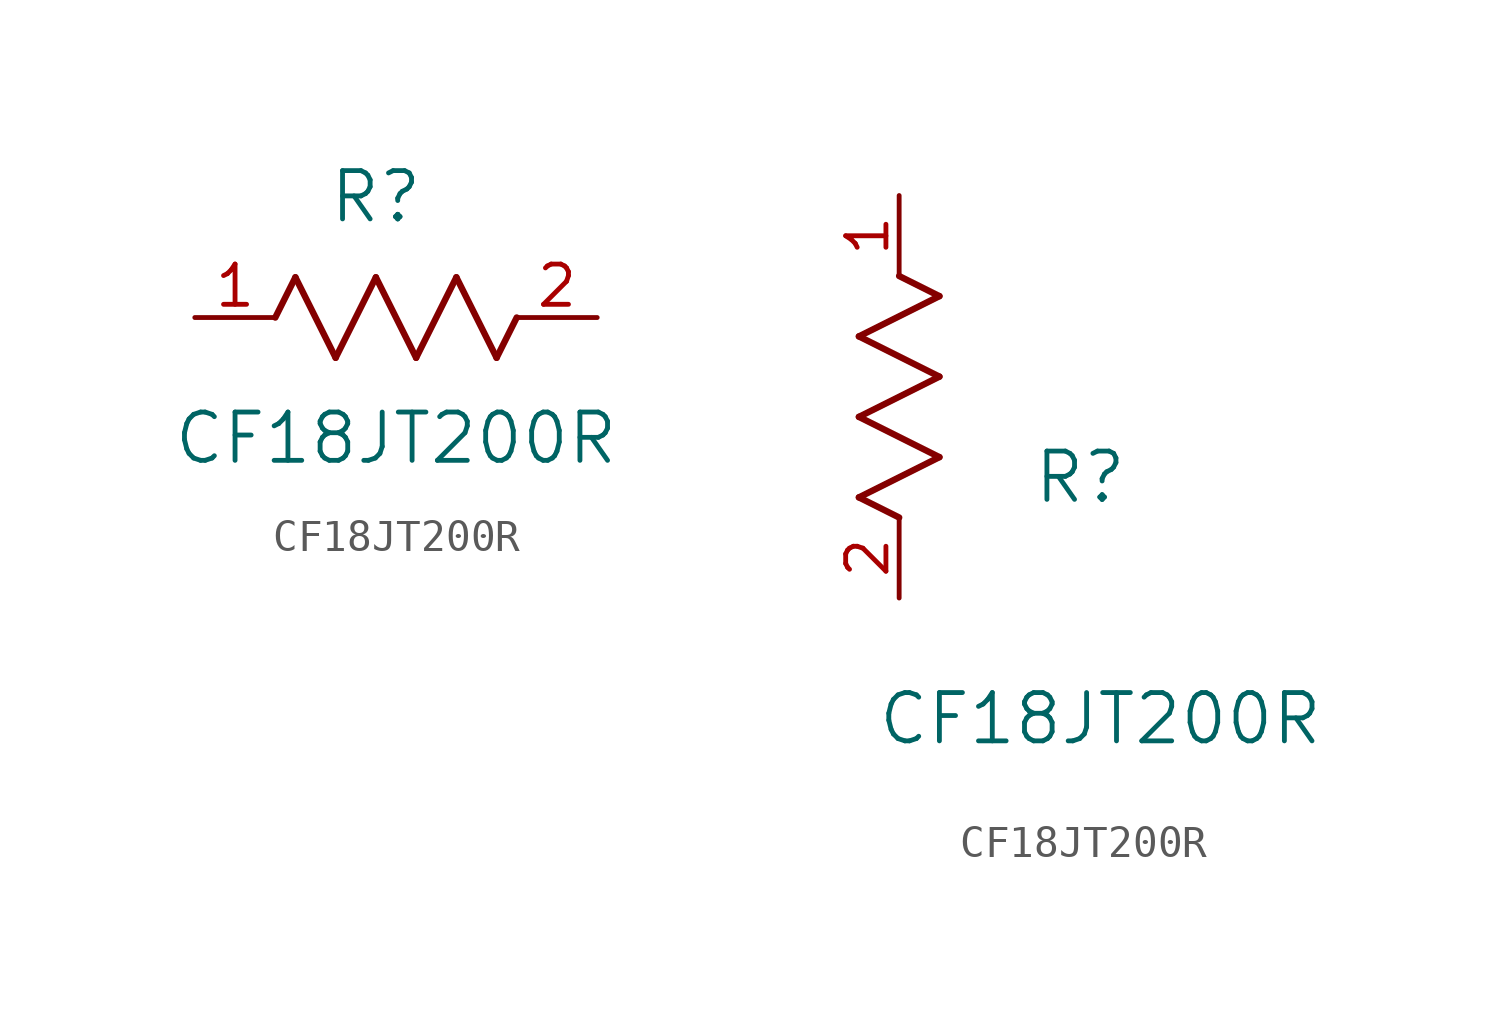
<source format=kicad_sym>
(kicad_symbol_lib
  (version 20211014)
  (generator kicad_symbol_editor)
  (symbol "CF18JT200R"
    (pin_names
      (offset 0.254))
    (property "Reference" "R"
      (at 5.715 3.81 0)
      (effects (font (size 1.524 1.524))))
    (property "Value" "CF18JT200R"
      (at 6.35 -3.81 0)
      (effects (font (size 1.524 1.524))))
    (symbol "CF18JT200R_1_1"
      (polyline (pts (xy 3.175 1.27) (xy 4.445 -1.27)) (stroke (width 0.203) (type default) (color 0 0 0 0)) (fill (type none)))
      (polyline (pts (xy 4.445 -1.27) (xy 5.715 1.27)) (stroke (width 0.203) (type default) (color 0 0 0 0)) (fill (type none)))
      (polyline (pts (xy 5.715 1.27) (xy 6.985 -1.27)) (stroke (width 0.203) (type default) (color 0 0 0 0)) (fill (type none)))
      (polyline (pts (xy 6.985 -1.27) (xy 8.255 1.27)) (stroke (width 0.203) (type default) (color 0 0 0 0)) (fill (type none)))
      (polyline (pts (xy 8.255 1.27) (xy 9.525 -1.27)) (stroke (width 0.203) (type default) (color 0 0 0 0)) (fill (type none)))
      (polyline (pts (xy 2.54 0) (xy 3.175 1.27)) (stroke (width 0.203) (type default) (color 0 0 0 0)) (fill (type none)))
      (polyline (pts (xy 9.525 -1.27) (xy 10.16 0)) (stroke (width 0.203) (type default) (color 0 0 0 0)) (fill (type none)))
      (pin unspecified line (at 0 0 0) (length 2.54) (name "" (effects (font (size 1.27 1.27)))) (number "1" (effects (font (size 1.27 1.27)))))
      (pin unspecified line (at 12.7 0 180) (length 2.54) (name "" (effects (font (size 1.27 1.27)))) (number "2" (effects (font (size 1.27 1.27))))))
    (symbol "CF18JT200R_1_2"
      (polyline (pts (xy 0 2.54) (xy -1.27 3.175)) (stroke (width 0.203) (type default) (color 0 0 0 0)) (fill (type none)))
      (polyline (pts (xy -1.27 3.175) (xy 1.27 4.445)) (stroke (width 0.203) (type default) (color 0 0 0 0)) (fill (type none)))
      (polyline (pts (xy 1.27 4.445) (xy -1.27 5.715)) (stroke (width 0.203) (type default) (color 0 0 0 0)) (fill (type none)))
      (polyline (pts (xy -1.27 5.715) (xy 1.27 6.985)) (stroke (width 0.203) (type default) (color 0 0 0 0)) (fill (type none)))
      (polyline (pts (xy -1.27 8.255) (xy 1.27 9.525)) (stroke (width 0.203) (type default) (color 0 0 0 0)) (fill (type none)))
      (polyline (pts (xy 1.27 9.525) (xy 0 10.16)) (stroke (width 0.203) (type default) (color 0 0 0 0)) (fill (type none)))
      (polyline (pts (xy 1.27 6.985) (xy -1.27 8.255)) (stroke (width 0.203) (type default) (color 0 0 0 0)) (fill (type none)))
      (pin unspecified line (at 0 12.7 270) (length 2.54) (name "" (effects (font (size 1.27 1.27)))) (number "1" (effects (font (size 1.27 1.27)))))
      (pin unspecified line (at 0 0 90) (length 2.54) (name "" (effects (font (size 1.27 1.27)))) (number "2" (effects (font (size 1.27 1.27))))))))
</source>
